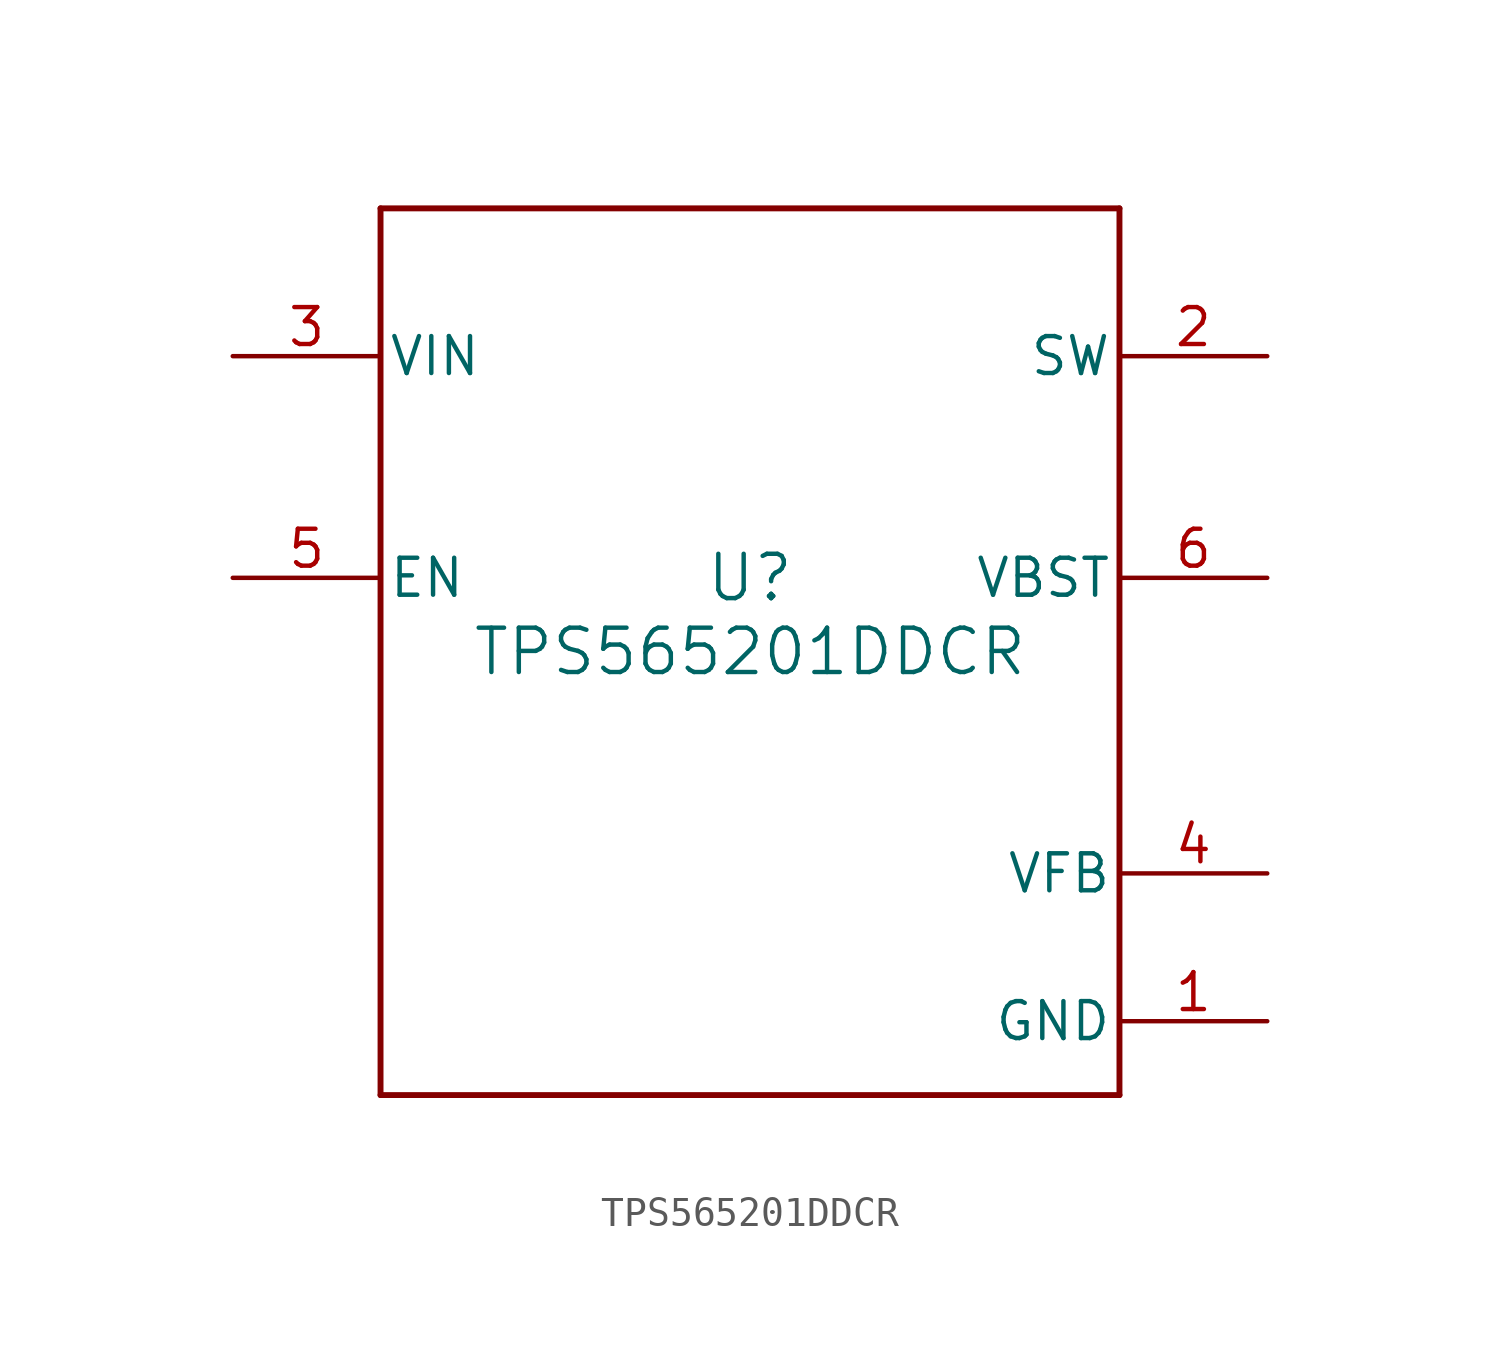
<source format=kicad_sym>
(kicad_symbol_lib
  (version 20211014)
  (generator kicad_symbol_editor)
  (symbol "TPS565201DDCR"
    (pin_names
      (offset 0.254))
    (property "Reference" "U"
      (at 0 2.54 0)
      (effects (font (size 1.524 1.524))))
    (property "Value" "TPS565201DDCR"
      (at 0 0 0)
      (effects (font (size 1.524 1.524))))
    (symbol "TPS565201DDCR_0_1"
      (polyline (pts (xy -12.7 -15.24) (xy 12.7 -15.24)) (stroke (width 0.203) (type default) (color 0 0 0 0)) (fill (type none)))
      (polyline (pts (xy 12.7 -15.24) (xy 12.7 15.24)) (stroke (width 0.203) (type default) (color 0 0 0 0)) (fill (type none)))
      (polyline (pts (xy 12.7 15.24) (xy -12.7 15.24)) (stroke (width 0.203) (type default) (color 0 0 0 0)) (fill (type none)))
      (polyline (pts (xy -12.7 15.24) (xy -12.7 -15.24)) (stroke (width 0.203) (type default) (color 0 0 0 0)) (fill (type none)))
      (pin power_in line (at 17.78 -12.7 180) (length 5.08) (name "GND" (effects (font (size 1.27 1.27)))) (number "1" (effects (font (size 1.27 1.27)))))
      (pin power_in line (at 17.78 10.16 180) (length 5.08) (name "SW" (effects (font (size 1.27 1.27)))) (number "2" (effects (font (size 1.27 1.27)))))
      (pin power_in line (at -17.78 10.16 0) (length 5.08) (name "VIN" (effects (font (size 1.27 1.27)))) (number "3" (effects (font (size 1.27 1.27)))))
      (pin input line (at 17.78 -7.62 180) (length 5.08) (name "VFB" (effects (font (size 1.27 1.27)))) (number "4" (effects (font (size 1.27 1.27)))))
      (pin input line (at -17.78 2.54 0) (length 5.08) (name "EN" (effects (font (size 1.27 1.27)))) (number "5" (effects (font (size 1.27 1.27)))))
      (pin power_in line (at 17.78 2.54 180) (length 5.08) (name "VBST" (effects (font (size 1.27 1.27)))) (number "6" (effects (font (size 1.27 1.27))))))))
</source>
